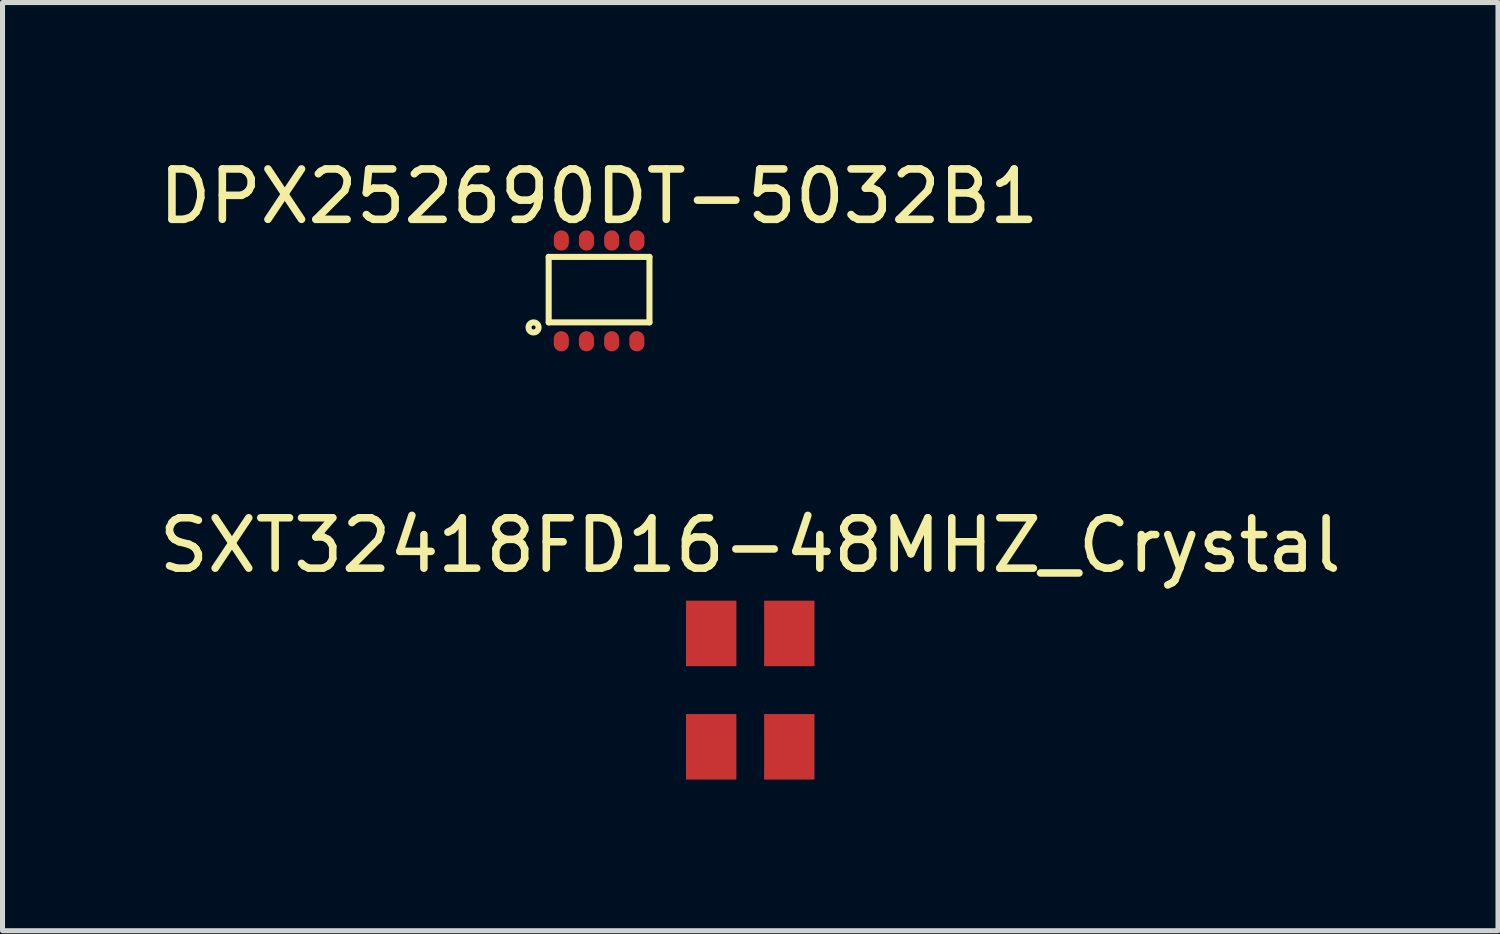
<source format=kicad_pcb>
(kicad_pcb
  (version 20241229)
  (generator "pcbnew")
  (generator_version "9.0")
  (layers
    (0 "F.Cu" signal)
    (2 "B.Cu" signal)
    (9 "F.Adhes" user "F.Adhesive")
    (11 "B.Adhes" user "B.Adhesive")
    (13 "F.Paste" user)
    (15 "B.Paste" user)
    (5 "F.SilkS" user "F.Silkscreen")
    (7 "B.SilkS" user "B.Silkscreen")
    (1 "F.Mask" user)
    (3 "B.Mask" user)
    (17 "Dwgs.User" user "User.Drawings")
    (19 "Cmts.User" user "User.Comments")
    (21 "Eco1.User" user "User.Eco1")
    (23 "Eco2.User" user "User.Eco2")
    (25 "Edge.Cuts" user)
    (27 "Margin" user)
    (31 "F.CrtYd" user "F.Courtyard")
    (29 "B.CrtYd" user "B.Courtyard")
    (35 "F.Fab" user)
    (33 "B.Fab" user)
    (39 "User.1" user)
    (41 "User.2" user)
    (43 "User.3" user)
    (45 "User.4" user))
  (footprint "DPX252690DT-5032B1"
    (layer "F.Cu")
    (at 8.839 2.748)
    (property "Reference" "DPX252690DT-5032B1" (at 0 -1.9 0) (layer "F.SilkS") (effects (font (size 1 1) (thickness 0.15))))
    (attr through_hole)
    (fp_line (start -1 -0.7) (end 1 -0.7) (stroke (width 0.12) (type solid)) (layer "F.SilkS"))
    (fp_line (start -1 0.6) (end -1 -0.7) (stroke (width 0.12) (type solid)) (layer "F.SilkS"))
    (fp_line (start 1 -0.7) (end 1 0.6) (stroke (width 0.12) (type solid)) (layer "F.SilkS"))
    (fp_line (start 1 0.6) (end -1 0.6) (stroke (width 0.12) (type solid)) (layer "F.SilkS"))
    (fp_circle (center -1.3 0.7) (end -1.2 0.7) (stroke (width 0.12) (type solid)) (fill no) (layer "F.SilkS"))
    (pad "1" smd oval (at -0.75 0.975) (size 0.3 0.4) (layers "F.Cu" "F.Mask" "F.Paste"))
    (pad "2" smd oval (at -0.25 0.975) (size 0.3 0.4) (layers "F.Cu" "F.Mask" "F.Paste"))
    (pad "3" smd oval (at 0.25 0.975) (size 0.3 0.4) (layers "F.Cu" "F.Mask" "F.Paste"))
    (pad "4" smd oval (at 0.75 0.975) (size 0.3 0.4) (layers "F.Cu" "F.Mask" "F.Paste"))
    (pad "5" smd oval (at 0.75 -1.025) (size 0.3 0.4) (layers "F.Cu" "F.Mask" "F.Paste"))
    (pad "6" smd oval (at 0.25 -1.025) (size 0.3 0.4) (layers "F.Cu" "F.Mask" "F.Paste"))
    (pad "7" smd oval (at -0.25 -1.025) (size 0.3 0.4) (layers "F.Cu" "F.Mask" "F.Paste"))
    (pad "8" smd oval (at -0.75 -1.025) (size 0.3 0.4) (layers "F.Cu" "F.Mask" "F.Paste")))
  (footprint "SXT32418FD16-48MHZ_Crystal"
    (layer "F.Cu")
    (at 11.839 10.771)
    (property "Reference" "SXT32418FD16-48MHZ_Crystal" (at 0 -3 0) (layer "F.SilkS") (effects (font (size 1 1) (thickness 0.15))))
    (attr through_hole)
    (pad "1" smd rect (at -0.775 -1.25) (size 1 1.3) (layers "F.Cu" "F.Mask" "F.Paste"))
    (pad "2" smd rect (at -0.775 1) (size 1 1.3) (layers "F.Cu" "F.Mask" "F.Paste"))
    (pad "3" smd rect (at 0.775 1) (size 1 1.3) (layers "F.Cu" "F.Mask" "F.Paste"))
    (pad "4" smd rect (at 0.775 -1.25) (size 1 1.3) (layers "F.Cu" "F.Mask" "F.Paste")))
  (gr_rect
    (start -3 -3)
    (end 26.679 15.421)
    (stroke (width 0.1) (type default))
    (fill no)
    (layer "Edge.Cuts")))
</source>
